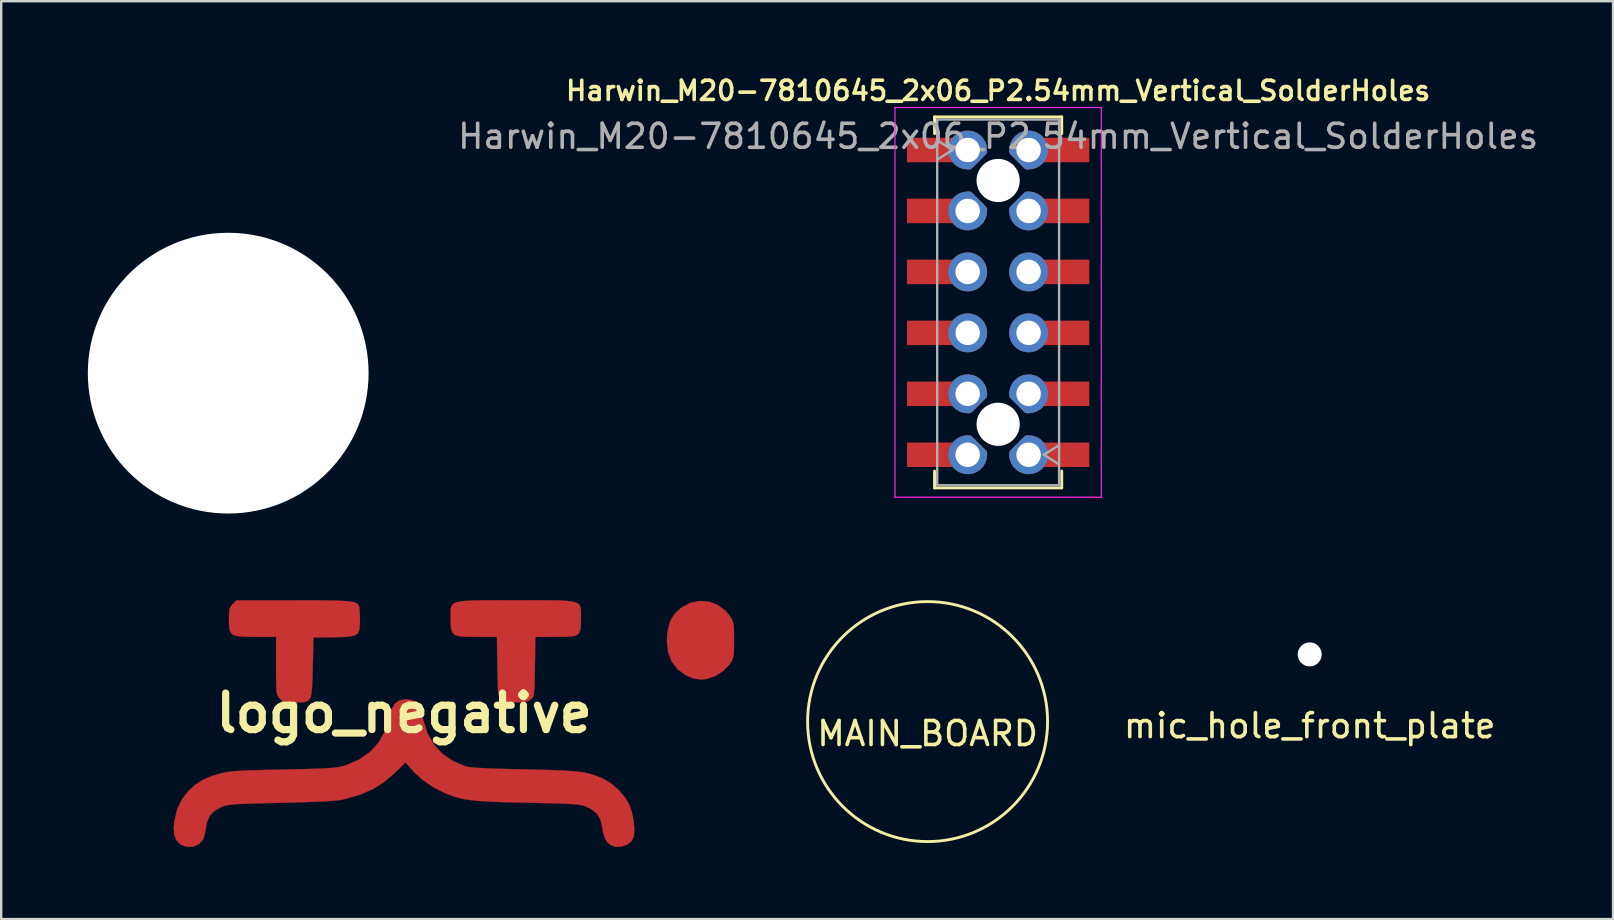
<source format=kicad_pcb>
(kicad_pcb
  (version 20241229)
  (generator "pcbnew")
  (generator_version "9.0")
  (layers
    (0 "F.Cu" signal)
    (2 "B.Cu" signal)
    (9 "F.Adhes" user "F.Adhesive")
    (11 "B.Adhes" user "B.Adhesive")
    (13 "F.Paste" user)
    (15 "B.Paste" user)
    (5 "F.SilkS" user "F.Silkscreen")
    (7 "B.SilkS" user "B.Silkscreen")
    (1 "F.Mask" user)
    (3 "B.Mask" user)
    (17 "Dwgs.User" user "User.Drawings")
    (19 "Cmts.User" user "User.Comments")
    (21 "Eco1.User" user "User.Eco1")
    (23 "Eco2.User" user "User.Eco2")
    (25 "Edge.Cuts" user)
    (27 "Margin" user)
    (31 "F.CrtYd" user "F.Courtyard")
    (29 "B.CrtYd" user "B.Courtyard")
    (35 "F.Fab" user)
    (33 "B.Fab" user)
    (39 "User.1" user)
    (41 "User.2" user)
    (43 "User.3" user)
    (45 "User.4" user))
  (footprint "Harwin_M20-7810645_2x06_P2.54mm_Vertical_SolderHoles"
    (layer "F.Cu")
    (at 38.545 9.551)
    (property "Reference" "Harwin_M20-7810645_2x06_P2.54mm_Vertical_SolderHoles" (at 0 -8.82 0) (layer "F.SilkS") (effects (font (size 0.8 0.8) (thickness 0.15))))
    (attr smd)
    (fp_line (start -2.65 -7.73) (end 2.65 -7.73) (stroke (width 0.12) (type solid)) (layer "F.SilkS"))
    (fp_line (start -2.65 -7.03) (end -2.65 -7.73) (stroke (width 0.12) (type solid)) (layer "F.SilkS"))
    (fp_line (start -2.65 7.03) (end -2.65 7.73) (stroke (width 0.12) (type solid)) (layer "F.SilkS"))
    (fp_line (start -2.65 7.73) (end 2.65 7.73) (stroke (width 0.12) (type solid)) (layer "F.SilkS"))
    (fp_line (start 2.65 -7.73) (end 2.65 -7.03) (stroke (width 0.12) (type solid)) (layer "F.SilkS"))
    (fp_line (start 2.65 7.73) (end 2.65 7.03) (stroke (width 0.12) (type solid)) (layer "F.SilkS"))
    (fp_line (start -4.3 -8.12) (end 4.3 -8.12) (stroke (width 0.05) (type solid)) (layer "F.CrtYd"))
    (fp_line (start -4.3 8.12) (end -4.3 -8.12) (stroke (width 0.05) (type solid)) (layer "F.CrtYd"))
    (fp_line (start 4.3 -8.12) (end 4.3 8.12) (stroke (width 0.05) (type solid)) (layer "F.CrtYd"))
    (fp_line (start 4.3 8.12) (end -4.3 8.12) (stroke (width 0.05) (type solid)) (layer "F.CrtYd"))
    (fp_line (start -2.54 -7.62) (end 2.54 -7.62) (stroke (width 0.1) (type solid)) (layer "F.Fab"))
    (fp_line (start -2.54 -6.75) (end -1.9 -6.35) (stroke (width 0.1) (type solid)) (layer "F.Fab"))
    (fp_line (start -2.54 7.62) (end -2.54 -7.62) (stroke (width 0.1) (type solid)) (layer "F.Fab"))
    (fp_line (start -1.9 -6.35) (end -2.54 -5.95) (stroke (width 0.1) (type solid)) (layer "F.Fab"))
    (fp_line (start 1.9 6.35) (end 2.54 5.95) (stroke (width 0.1) (type solid)) (layer "F.Fab"))
    (fp_line (start 2.54 -7.62) (end 2.54 7.62) (stroke (width 0.1) (type solid)) (layer "F.Fab"))
    (fp_line (start 2.54 6.75) (end 1.9 6.35) (stroke (width 0.1) (type solid)) (layer "F.Fab"))
    (fp_line (start 2.54 7.62) (end -2.54 7.62) (stroke (width 0.1) (type solid)) (layer "F.Fab"))
    (fp_text user "${REFERENCE}" (at 0 -6.92 0) (layer "F.Fab") (effects (font (size 1 1) (thickness 0.15))))
    (pad "" np_thru_hole circle (at 0 -5.08) (size 1.8 1.8) (drill 1.8) (layers "*.Cu" "*.Mask"))
    (pad "" np_thru_hole circle (at 0 5.08) (size 1.8 1.8) (drill 1.8) (layers "*.Cu" "*.Mask"))
    (pad "1" smd rect (at -2.71 6.35) (size 2.18 1.02) (layers "F.Cu" "F.Mask" "F.Paste"))
    (pad "1" thru_hole custom (at -1.27 6.35) (size 1.32 1.32) (drill 1.02) (layers "*.Cu" "*.Mask") (options (anchor circle)) (primitives (gr_line (start 0.07 -0.66) (end 0 -0.66) (width 0.3)) (gr_line (start 0.66 -0.07) (end 0.07 -0.66) (width 0.3)) (gr_arc (start 0.66 0) (mid -0.46669 0.46669) (end 0 -0.66) (width 0.3)) (gr_line (start 0.66 -0.07) (end 0.66 0) (width 0.3))))
    (pad "2" thru_hole custom (at 1.27 6.35) (size 1.32 1.32) (drill 1.02) (layers "*.Cu" "*.Mask") (options (anchor circle)) (primitives (gr_arc (start 0 -0.66) (mid 0.46669 0.46669) (end -0.66 0) (width 0.3)) (gr_line (start -0.07 -0.66) (end -0.66 -0.07) (width 0.3)) (gr_line (start -0.66 -0.07) (end -0.66 0) (width 0.3)) (gr_line (start -0.07 -0.66) (end 0 -0.66) (width 0.3))))
    (pad "2" smd rect (at 2.71 6.35 180) (size 2.18 1.02) (layers "F.Cu" "F.Mask" "F.Paste"))
    (pad "3" smd rect (at -2.71 3.81) (size 2.18 1.02) (layers "F.Cu" "F.Mask" "F.Paste"))
    (pad "3" thru_hole custom (at -1.27 3.81) (size 1.32 1.32) (drill 1.02) (layers "*.Cu" "*.Mask") (options (anchor circle)) (primitives (gr_arc (start 0 0.66) (mid -0.46669 -0.46669) (end 0.66 0) (width 0.3)) (gr_line (start 0.07 0.66) (end 0 0.66) (width 0.3)) (gr_line (start 0.66 0.07) (end 0.66 0) (width 0.3)) (gr_line (start 0.07 0.66) (end 0.66 0.07) (width 0.3))))
    (pad "4" thru_hole custom (at 1.27 3.81) (size 1.32 1.32) (drill 1.02) (layers "*.Cu" "*.Mask") (options (anchor circle)) (primitives (gr_line (start -0.66 0.07) (end -0.66 0) (width 0.3)) (gr_line (start -0.07 0.66) (end 0 0.66) (width 0.3)) (gr_line (start -0.66 0.07) (end -0.07 0.66) (width 0.3)) (gr_arc (start -0.66 0) (mid 0.46669 -0.46669) (end 0 0.66) (width 0.3))))
    (pad "4" smd rect (at 2.71 3.81 180) (size 2.18 1.02) (layers "F.Cu" "F.Mask" "F.Paste"))
    (pad "5" smd rect (at -2.71 1.27) (size 2.18 1.02) (layers "F.Cu" "F.Mask" "F.Paste"))
    (pad "5" thru_hole circle (at -1.27 1.27) (size 1.62 1.62) (drill 1.02) (layers "*.Cu" "*.Mask"))
    (pad "6" thru_hole circle (at 1.27 1.27 180) (size 1.62 1.62) (drill 1.02) (layers "*.Cu" "*.Mask"))
    (pad "6" smd rect (at 2.71 1.27 180) (size 2.18 1.02) (layers "F.Cu" "F.Mask" "F.Paste"))
    (pad "7" smd rect (at -2.71 -1.27) (size 2.18 1.02) (layers "F.Cu" "F.Mask" "F.Paste"))
    (pad "7" thru_hole circle (at -1.27 -1.27) (size 1.62 1.62) (drill 1.02) (layers "*.Cu" "*.Mask"))
    (pad "8" thru_hole circle (at 1.27 -1.27 180) (size 1.62 1.62) (drill 1.02) (layers "*.Cu" "*.Mask"))
    (pad "8" smd rect (at 2.71 -1.27 180) (size 2.18 1.02) (layers "F.Cu" "F.Mask" "F.Paste"))
    (pad "9" smd rect (at -2.71 -3.81) (size 2.18 1.02) (layers "F.Cu" "F.Mask" "F.Paste"))
    (pad "9" thru_hole custom (at -1.27 -3.81) (size 1.32 1.32) (drill 1.02) (layers "*.Cu" "*.Mask") (options (anchor circle)) (primitives (gr_line (start 0.66 -0.07) (end 0.07 -0.66) (width 0.3)) (gr_line (start 0.07 -0.66) (end 0 -0.66) (width 0.3)) (gr_line (start 0.66 -0.07) (end 0.66 0) (width 0.3)) (gr_arc (start 0.66 0) (mid -0.46669 0.46669) (end 0 -0.66) (width 0.3))))
    (pad "10" thru_hole custom (at 1.27 -3.81) (size 1.32 1.32) (drill 1.02) (layers "*.Cu" "*.Mask") (options (anchor circle)) (primitives (gr_arc (start 0 -0.66) (mid 0.46669 0.46669) (end -0.66 0) (width 0.3)) (gr_line (start -0.07 -0.66) (end 0 -0.66) (width 0.3)) (gr_line (start -0.07 -0.66) (end -0.66 -0.07) (width 0.3)) (gr_line (start -0.66 -0.07) (end -0.66 0) (width 0.3))))
    (pad "10" smd rect (at 2.71 -3.81 180) (size 2.18 1.02) (layers "F.Cu" "F.Mask" "F.Paste"))
    (pad "11" smd rect (at -2.71 -6.35) (size 2.18 1.02) (layers "F.Cu" "F.Mask" "F.Paste"))
    (pad "11" thru_hole custom (at -1.27 -6.35) (size 1.32 1.32) (drill 1.02) (layers "*.Cu" "*.Mask") (options (anchor circle)) (primitives (gr_line (start 0.07 0.66) (end 0 0.66) (width 0.3)) (gr_line (start 0.07 0.66) (end 0.66 0.07) (width 0.3)) (gr_line (start 0.66 0.07) (end 0.66 0) (width 0.3)) (gr_arc (start 0 0.66) (mid -0.46669 -0.46669) (end 0.66 0) (width 0.3))))
    (pad "12" thru_hole custom (at 1.27 -6.35) (size 1.32 1.32) (drill 1.02) (layers "*.Cu" "*.Mask") (options (anchor circle)) (primitives (gr_arc (start -0.66 0) (mid 0.46669 -0.46669) (end 0 0.66) (width 0.3)) (gr_line (start -0.66 0.07) (end -0.07 0.66) (width 0.3)) (gr_line (start -0.07 0.66) (end 0 0.66) (width 0.3)) (gr_line (start -0.66 0.07) (end -0.66 0) (width 0.3))))
    (pad "12" smd rect (at 2.71 -6.35 180) (size 2.18 1.02) (layers "F.Cu" "F.Mask" "F.Paste")))
  (footprint "MAIN_BOARD"
    (layer "F.Cu")
    (at 35.605 27.02)
    (property "Reference" "MAIN_BOARD" (at 0 0.5 0) (layer "F.SilkS") (effects (font (size 1 1) (thickness 0.15))))
    (attr through_hole)
    (fp_circle (center 0 0) (end 0 5) (stroke (width 0.12) (type solid)) (fill no) (layer "F.SilkS")))
  (footprint "logo_negative"
    (layer "F.Cu")
    (at 13.792 26.665)
    (property "Reference" "logo_negative" (at 0 0 0) (layer "F.SilkS") (effects (font (size 1.524 1.524) (thickness 0.3))))
    (attr through_hole)
    (fp_poly (pts (xy 12.706 -4.642) (xy 13.073 -4.503) (xy 13.394 -4.259) (xy 13.562 -4.058) (xy 13.641 -3.937) (xy 13.694 -3.828) (xy 13.726 -3.703) (xy 13.742 -3.53) (xy 13.747 -3.28) (xy 13.748 -3.043) (xy 13.746 -2.723) (xy 13.739 -2.5) (xy 13.719 -2.344) (xy 13.681 -2.227) (xy 13.621 -2.119) (xy 13.556 -2.024) (xy 13.302 -1.756) (xy 12.976 -1.549) (xy 12.62 -1.423) (xy 12.383 -1.397) (xy 12.049 -1.446) (xy 11.74 -1.574) (xy 11.396 -1.821) (xy 11.148 -2.148) (xy 10.996 -2.547) (xy 10.946 -3.013) (xy 10.982 -3.438) (xy 11.085 -3.825) (xy 11.264 -4.13) (xy 11.538 -4.384) (xy 11.549 -4.392) (xy 11.923 -4.59) (xy 12.316 -4.672) (xy 12.706 -4.642)) (stroke (width 0.01) (type solid)) (fill yes) (layer "F.Cu"))
    (fp_poly (pts (xy -3.96 -4.698) (xy -3.433 -4.696) (xy -3.008 -4.69) (xy -2.674 -4.681) (xy -2.419 -4.667) (xy -2.229 -4.647) (xy -2.095 -4.62) (xy -2.002 -4.585) (xy -1.939 -4.542) (xy -1.894 -4.489) (xy -1.89 -4.483) (xy -1.868 -4.389) (xy -1.851 -4.205) (xy -1.843 -3.969) (xy -1.842 -3.928) (xy -1.846 -3.656) (xy -1.87 -3.459) (xy -1.932 -3.324) (xy -2.05 -3.24) (xy -2.242 -3.193) (xy -2.525 -3.17) (xy -2.917 -3.16) (xy -2.921 -3.16) (xy -3.778 -3.143) (xy -3.81 -1.884) (xy -3.822 -1.421) (xy -3.837 -1.07) (xy -3.862 -0.815) (xy -3.906 -0.64) (xy -3.977 -0.532) (xy -4.082 -0.473) (xy -4.23 -0.449) (xy -4.428 -0.444) (xy -4.555 -0.445) (xy -4.807 -0.45) (xy -4.97 -0.471) (xy -5.081 -0.519) (xy -5.178 -0.6) (xy -5.232 -0.658) (xy -5.272 -0.719) (xy -5.3 -0.803) (xy -5.318 -0.928) (xy -5.328 -1.114) (xy -5.333 -1.38) (xy -5.334 -1.744) (xy -5.334 -1.966) (xy -5.334 -3.175) (xy -6.191 -3.175) (xy -6.591 -3.178) (xy -6.881 -3.195) (xy -7.079 -3.238) (xy -7.203 -3.318) (xy -7.27 -3.446) (xy -7.297 -3.635) (xy -7.302 -3.896) (xy -7.303 -3.908) (xy -7.298 -4.163) (xy -7.277 -4.328) (xy -7.233 -4.44) (xy -7.154 -4.536) (xy -7.147 -4.543) (xy -6.991 -4.699) (xy -4.602 -4.699) (xy -3.96 -4.698)) (stroke (width 0.01) (type solid)) (fill yes) (layer "F.Cu"))
    (fp_poly (pts (xy 5.871 -4.7) (xy 6.307 -4.696) (xy 6.649 -4.684) (xy 6.909 -4.662) (xy 7.099 -4.627) (xy 7.228 -4.574) (xy 7.308 -4.501) (xy 7.351 -4.405) (xy 7.368 -4.282) (xy 7.369 -4.128) (xy 7.366 -3.942) (xy 7.366 -3.915) (xy 7.363 -3.644) (xy 7.341 -3.449) (xy 7.283 -3.317) (xy 7.17 -3.236) (xy 6.985 -3.194) (xy 6.71 -3.178) (xy 6.327 -3.175) (xy 6.301 -3.175) (xy 5.469 -3.175) (xy 5.449 -1.931) (xy 5.442 -1.504) (xy 5.434 -1.186) (xy 5.423 -0.958) (xy 5.408 -0.803) (xy 5.384 -0.702) (xy 5.352 -0.637) (xy 5.307 -0.589) (xy 5.279 -0.566) (xy 5.161 -0.497) (xy 4.998 -0.459) (xy 4.753 -0.445) (xy 4.667 -0.445) (xy 4.394 -0.453) (xy 4.212 -0.484) (xy 4.085 -0.543) (xy 4.055 -0.566) (xy 4.004 -0.611) (xy 3.965 -0.665) (xy 3.938 -0.746) (xy 3.918 -0.872) (xy 3.906 -1.06) (xy 3.897 -1.33) (xy 3.889 -1.7) (xy 3.886 -1.931) (xy 3.866 -3.175) (xy 3.022 -3.175) (xy 2.628 -3.178) (xy 2.343 -3.196) (xy 2.149 -3.241) (xy 2.03 -3.327) (xy 1.966 -3.465) (xy 1.941 -3.668) (xy 1.937 -3.949) (xy 1.937 -3.949) (xy 1.935 -4.131) (xy 1.936 -4.28) (xy 1.953 -4.401) (xy 1.995 -4.496) (xy 2.073 -4.569) (xy 2.2 -4.622) (xy 2.386 -4.658) (xy 2.642 -4.681) (xy 2.979 -4.694) (xy 3.409 -4.699) (xy 3.942 -4.7) (xy 4.589 -4.699) (xy 4.674 -4.699) (xy 5.331 -4.7) (xy 5.871 -4.7)) (stroke (width 0.01) (type solid)) (fill yes) (layer "F.Cu"))
    (fp_poly (pts (xy 0.311 -0.547) (xy 0.476 -0.455) (xy 0.531 -0.404) (xy 0.64 -0.285) (xy 0.697 -0.206) (xy 0.7 -0.198) (xy 0.712 -0.12) (xy 0.745 0.046) (xy 0.79 0.262) (xy 0.966 0.828) (xy 1.237 1.308) (xy 1.602 1.704) (xy 2.06 2.013) (xy 2.572 2.224) (xy 2.726 2.252) (xy 3.006 2.277) (xy 3.412 2.3) (xy 3.945 2.321) (xy 4.604 2.339) (xy 5.016 2.348) (xy 5.658 2.362) (xy 6.189 2.377) (xy 6.624 2.395) (xy 6.98 2.417) (xy 7.272 2.445) (xy 7.516 2.482) (xy 7.728 2.529) (xy 7.924 2.588) (xy 8.119 2.661) (xy 8.284 2.729) (xy 8.614 2.922) (xy 8.935 3.2) (xy 9.21 3.526) (xy 9.375 3.802) (xy 9.482 4.1) (xy 9.556 4.446) (xy 9.591 4.793) (xy 9.579 5.092) (xy 9.563 5.172) (xy 9.458 5.356) (xy 9.268 5.491) (xy 9.034 5.567) (xy 8.793 5.57) (xy 8.587 5.489) (xy 8.448 5.363) (xy 8.353 5.192) (xy 8.286 4.946) (xy 8.253 4.748) (xy 8.178 4.432) (xy 8.041 4.199) (xy 7.817 4.018) (xy 7.62 3.915) (xy 7.535 3.879) (xy 7.442 3.85) (xy 7.327 3.826) (xy 7.174 3.807) (xy 6.97 3.791) (xy 6.701 3.778) (xy 6.353 3.766) (xy 5.91 3.754) (xy 5.36 3.742) (xy 5.144 3.737) (xy 4.481 3.722) (xy 3.93 3.706) (xy 3.475 3.686) (xy 3.099 3.661) (xy 2.788 3.63) (xy 2.524 3.591) (xy 2.293 3.541) (xy 2.079 3.479) (xy 1.866 3.403) (xy 1.734 3.351) (xy 1.233 3.103) (xy 0.767 2.785) (xy 0.381 2.427) (xy 0.343 2.384) (xy 0.059 2.055) (xy -0.401 2.504) (xy -0.836 2.877) (xy -1.309 3.172) (xy -1.843 3.403) (xy -2.466 3.58) (xy -2.675 3.626) (xy -2.82 3.644) (xy -3.075 3.663) (xy -3.42 3.682) (xy -3.839 3.701) (xy -4.314 3.718) (xy -4.827 3.733) (xy -5.175 3.741) (xy -5.762 3.754) (xy -6.236 3.767) (xy -6.612 3.779) (xy -6.904 3.792) (xy -7.126 3.807) (xy -7.292 3.826) (xy -7.418 3.849) (xy -7.517 3.877) (xy -7.604 3.911) (xy -7.62 3.918) (xy -7.911 4.083) (xy -8.1 4.278) (xy -8.211 4.537) (xy -8.253 4.748) (xy -8.294 4.977) (xy -8.342 5.17) (xy -8.377 5.261) (xy -8.547 5.458) (xy -8.779 5.566) (xy -9.037 5.58) (xy -9.285 5.492) (xy -9.352 5.445) (xy -9.504 5.276) (xy -9.584 5.057) (xy -9.599 4.764) (xy -9.58 4.545) (xy -9.464 4.025) (xy -9.245 3.573) (xy -9.008 3.268) (xy -8.717 2.994) (xy -8.398 2.786) (xy -8.015 2.624) (xy -7.71 2.532) (xy -7.561 2.495) (xy -7.408 2.464) (xy -7.236 2.439) (xy -7.027 2.419) (xy -6.768 2.402) (xy -6.442 2.388) (xy -6.033 2.375) (xy -5.525 2.363) (xy -5.016 2.352) (xy -4.42 2.34) (xy -3.936 2.328) (xy -3.548 2.315) (xy -3.243 2.301) (xy -3.006 2.285) (xy -2.82 2.266) (xy -2.672 2.242) (xy -2.547 2.212) (xy -2.429 2.177) (xy -1.873 1.936) (xy -1.414 1.615) (xy -1.052 1.21) (xy -0.783 0.721) (xy -0.607 0.145) (xy -0.607 0.144) (xy -0.511 -0.186) (xy -0.377 -0.405) (xy -0.191 -0.529) (xy 0.061 -0.571) (xy 0.09 -0.572) (xy 0.311 -0.547)) (stroke (width 0.01) (type solid)) (fill yes) (layer "F.Cu"))
    (pad "" smd custom (at -11.9 -3.7) (size 1.524 1.524) (layers "F.Paste" "Eco1.User") (options (anchor circle)) (primitives (gr_poly (pts (xy -0.04 -0.908) (xy 0.322 -0.736) (xy 0.626 -0.452) (xy 0.697 -0.358) (xy 0.777 -0.236) (xy 0.829 -0.127) (xy 0.861 -0.001) (xy 0.877 0.173) (xy 0.882 0.424) (xy 0.883 0.651) (xy 0.881 0.973) (xy 0.872 1.198) (xy 0.851 1.355) (xy 0.813 1.475) (xy 0.752 1.588) (xy 0.71 1.653) (xy 0.452 1.937) (xy 0.122 2.144) (xy -0.25 2.263) (xy -0.631 2.284) (xy -0.943 2.216) (xy -1.313 2.021) (xy -1.603 1.749) (xy -1.746 1.523) (xy -1.823 1.284) (xy -1.87 0.971) (xy -1.887 0.627) (xy -1.873 0.294) (xy -1.827 0.012) (xy -1.777 -0.129) (xy -1.528 -0.493) (xy -1.205 -0.759) (xy -0.82 -0.918) (xy -0.451 -0.964) (xy -0.04 -0.908)) (width 0.01) (fill yes)))))
  (footprint "ALPS_SKHC"
    (layer "F.Cu")
    (at 6.46 12.5)
    (property "Reference" "ALPS_SKHC" (at 0 0 180) (layer "F.SilkS") (effects (font (size 1 1) (thickness 0.15))))
    (attr through_hole)
    (fp_circle (center 0 0) (end 6.4 0) (stroke (width 0.12) (type solid)) (fill no) (layer "Eco1.User"))
    (pad "" smd circle (at 0 -9.45) (size 6.1 6.1) (layers "B.Mask" "B.Paste"))
    (pad "" connect custom (at 0 -7.45) (size 0.05 0.05) (layers "F.Mask") (options (anchor rect)) (primitives (gr_line (start 3 -1.5) (end 3 -0.5) (width 0.12)) (gr_line (start -3 -0.5) (end -3 -1.5) (width 0.12)) (gr_arc (start 2.5 -2) (mid 2.853553 -1.853553) (end 3 -1.5) (width 0.12)) (gr_arc (start -2.5 0) (mid -2.853553 -0.146447) (end -3 -0.5) (width 0.12)) (gr_line (start 2.5 0) (end -2.5 0) (width 0.12)) (gr_arc (start 3 -0.5) (mid 2.853553 -0.146447) (end 2.5 0) (width 0.12)) (gr_arc (start -3 -1.5) (mid -2.853553 -1.853553) (end -2.5 -2) (width 0.12)) (gr_line (start -2.5 -2) (end 2.5 -2) (width 0.12)) (gr_poly (pts (xy 2.7 -1.9) (xy 2.9 -1.7) (xy 2.95 -1.4) (xy 2.95 -0.55) (xy 2.9 -0.3) (xy 2.55 -0.05) (xy -2.6 -0.05) (xy -2.9 -0.25) (xy -2.95 -0.8) (xy -2.9 -1.7) (xy -2.75 -1.9) (xy -2.5 -1.95) (xy 2.5 -1.95)) (width 0.1) (fill yes))))
    (pad "" np_thru_hole circle (at 0 0) (size 11.7 11.7) (drill 11.7) (layers "*.Cu" "*.Mask")))
  (footprint "mic_hole_front_plate"
    (layer "F.Cu")
    (at 51.528 24.22)
    (property "Reference" "mic_hole_front_plate" (at 0 2.972 0) (layer "F.SilkS") (effects (font (size 1 1) (thickness 0.15))))
    (attr through_hole)
    (fp_circle (center 0 0) (end 0.8 0) (stroke (width 0.12) (type solid)) (fill no) (layer "F.Mask"))
    (fp_circle (center 0 0) (end 1.5 0) (stroke (width 0.12) (type solid)) (fill no) (layer "F.Mask"))
    (fp_circle (center 0 0) (end 2.2 0) (stroke (width 0.12) (type solid)) (fill no) (layer "F.Mask"))
    (pad "" np_thru_hole circle (at 0 0) (size 1 1) (drill 1) (layers "*.Cu" "*.Mask")))
  (gr_rect
    (start -3 -3)
    (end 64.17 35.25)
    (stroke (width 0.1) (type default))
    (fill no)
    (layer "Edge.Cuts")))
</source>
